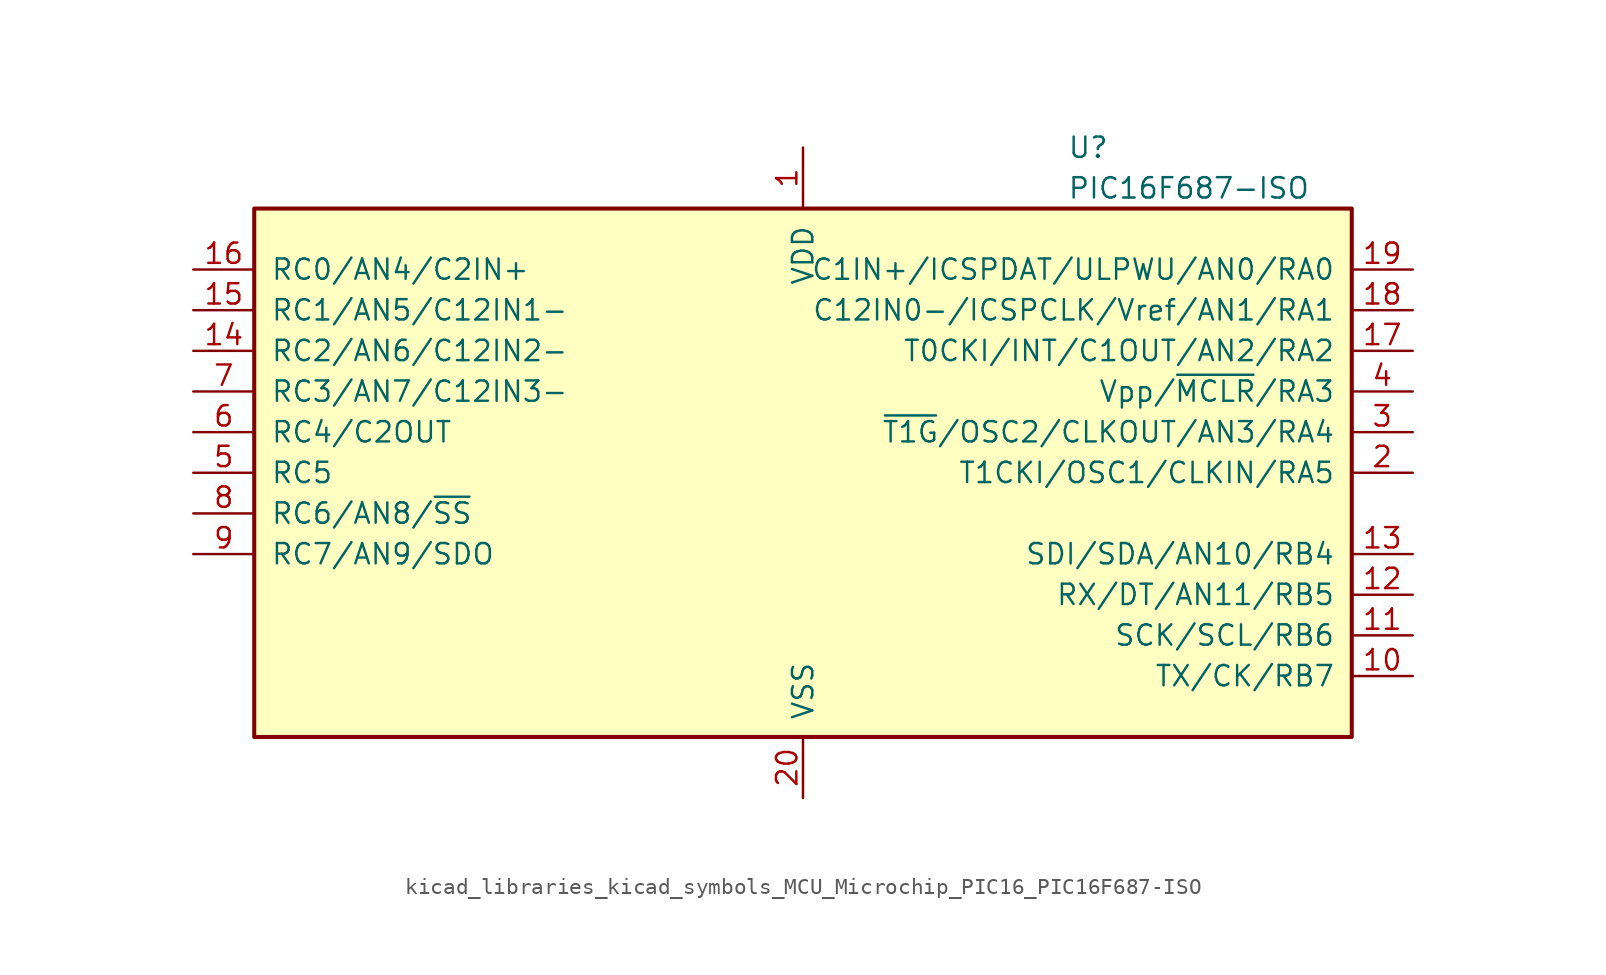
<source format=kicad_sym>
(kicad_symbol_lib
  (version 20220914)
  (generator kicad_symbol_editor)
  (symbol "kicad_libraries_kicad_symbols_MCU_Microchip_PIC16_PIC16F687-ISO"
    (pin_names
      (offset 1.016))
    (property "Reference" "U"
      (at 16.51 20.32 0)
      (effects (font (size 1.27 1.27)) (justify left)))
    (property "Value" "PIC16F687-ISO"
      (at 16.51 17.78 0)
      (effects (font (size 1.27 1.27)) (justify left)))
    (symbol "kicad_libraries_kicad_symbols_MCU_Microchip_PIC16_PIC16F687-ISO_0_1"
      (rectangle (start -34.29 16.51) (end 34.29 -16.51) (stroke (width 0.254) (type default)) (fill (type background))))
    (symbol "kicad_libraries_kicad_symbols_MCU_Microchip_PIC16_PIC16F687-ISO_1_1"
      (pin power_in line (at 0 20.32 270) (length 3.81) (name "VDD" (effects (font (size 1.27 1.27)))) (number "1" (effects (font (size 1.27 1.27)))))
      (pin bidirectional line (at 38.1 -12.7 180) (length 3.81) (name "TX/CK/RB7" (effects (font (size 1.27 1.27)))) (number "10" (effects (font (size 1.27 1.27)))))
      (pin bidirectional line (at 38.1 -10.16 180) (length 3.81) (name "SCK/SCL/RB6" (effects (font (size 1.27 1.27)))) (number "11" (effects (font (size 1.27 1.27)))))
      (pin bidirectional line (at 38.1 -7.62 180) (length 3.81) (name "RX/DT/AN11/RB5" (effects (font (size 1.27 1.27)))) (number "12" (effects (font (size 1.27 1.27)))))
      (pin bidirectional line (at 38.1 -5.08 180) (length 3.81) (name "SDI/SDA/AN10/RB4" (effects (font (size 1.27 1.27)))) (number "13" (effects (font (size 1.27 1.27)))))
      (pin bidirectional line (at -38.1 7.62 0) (length 3.81) (name "RC2/AN6/C12IN2-" (effects (font (size 1.27 1.27)))) (number "14" (effects (font (size 1.27 1.27)))))
      (pin bidirectional line (at -38.1 10.16 0) (length 3.81) (name "RC1/AN5/C12IN1-" (effects (font (size 1.27 1.27)))) (number "15" (effects (font (size 1.27 1.27)))))
      (pin bidirectional line (at -38.1 12.7 0) (length 3.81) (name "RC0/AN4/C2IN+" (effects (font (size 1.27 1.27)))) (number "16" (effects (font (size 1.27 1.27)))))
      (pin bidirectional line (at 38.1 7.62 180) (length 3.81) (name "T0CKI/INT/C1OUT/AN2/RA2" (effects (font (size 1.27 1.27)))) (number "17" (effects (font (size 1.27 1.27)))))
      (pin bidirectional line (at 38.1 10.16 180) (length 3.81) (name "C12IN0-/ICSPCLK/Vref/AN1/RA1" (effects (font (size 1.27 1.27)))) (number "18" (effects (font (size 1.27 1.27)))))
      (pin bidirectional line (at 38.1 12.7 180) (length 3.81) (name "C1IN+/ICSPDAT/ULPWU/AN0/RA0" (effects (font (size 1.27 1.27)))) (number "19" (effects (font (size 1.27 1.27)))))
      (pin bidirectional line (at 38.1 0 180) (length 3.81) (name "T1CKI/OSC1/CLKIN/RA5" (effects (font (size 1.27 1.27)))) (number "2" (effects (font (size 1.27 1.27)))))
      (pin power_in line (at 0 -20.32 90) (length 3.81) (name "VSS" (effects (font (size 1.27 1.27)))) (number "20" (effects (font (size 1.27 1.27)))))
      (pin bidirectional line (at 38.1 2.54 180) (length 3.81) (name "~{T1G}/OSC2/CLKOUT/AN3/RA4" (effects (font (size 1.27 1.27)))) (number "3" (effects (font (size 1.27 1.27)))))
      (pin input line (at 38.1 5.08 180) (length 3.81) (name "Vpp/~{MCLR}/RA3" (effects (font (size 1.27 1.27)))) (number "4" (effects (font (size 1.27 1.27)))))
      (pin bidirectional line (at -38.1 0 0) (length 3.81) (name "RC5" (effects (font (size 1.27 1.27)))) (number "5" (effects (font (size 1.27 1.27)))))
      (pin bidirectional line (at -38.1 2.54 0) (length 3.81) (name "RC4/C2OUT" (effects (font (size 1.27 1.27)))) (number "6" (effects (font (size 1.27 1.27)))))
      (pin bidirectional line (at -38.1 5.08 0) (length 3.81) (name "RC3/AN7/C12IN3-" (effects (font (size 1.27 1.27)))) (number "7" (effects (font (size 1.27 1.27)))))
      (pin bidirectional line (at -38.1 -2.54 0) (length 3.81) (name "RC6/AN8/~{SS}" (effects (font (size 1.27 1.27)))) (number "8" (effects (font (size 1.27 1.27)))))
      (pin bidirectional line (at -38.1 -5.08 0) (length 3.81) (name "RC7/AN9/SDO" (effects (font (size 1.27 1.27)))) (number "9" (effects (font (size 1.27 1.27))))))))
</source>
